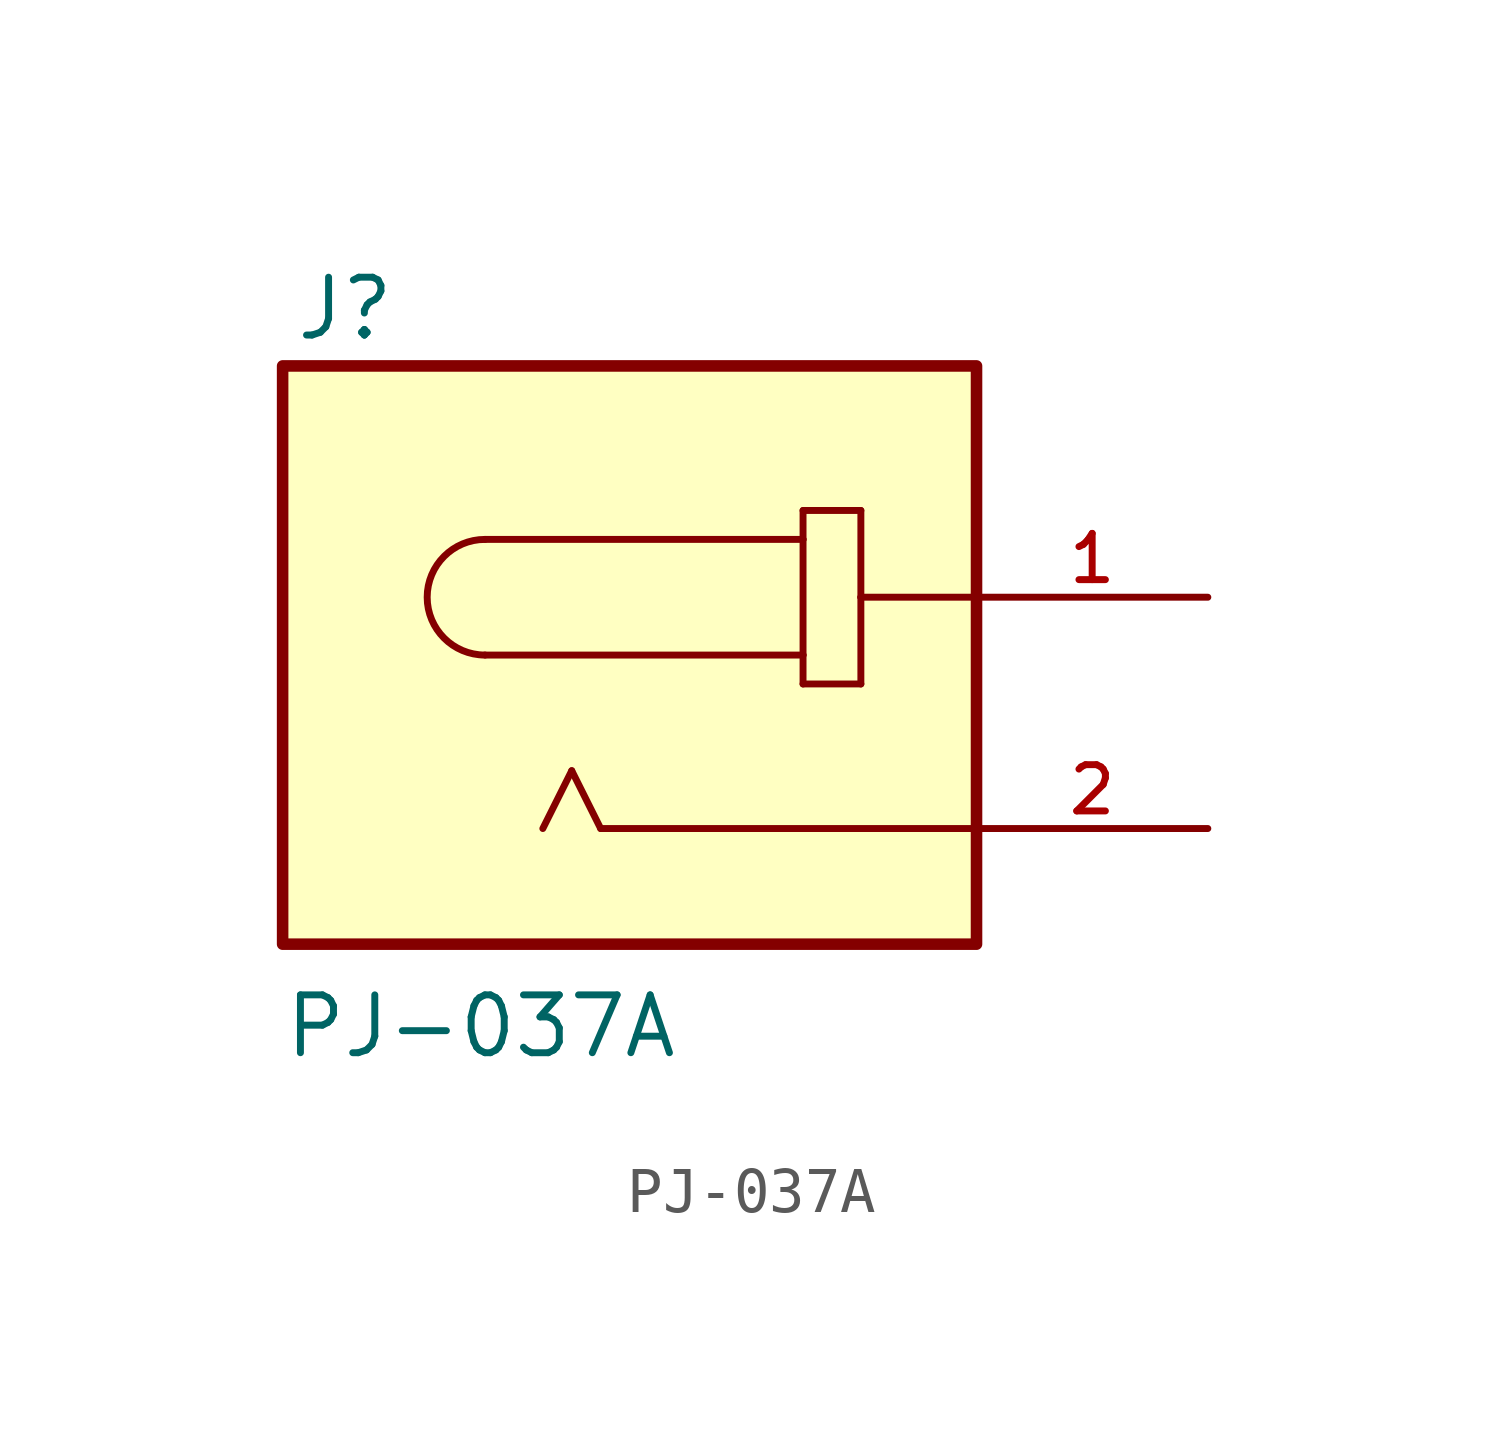
<source format=kicad_sym>
(kicad_symbol_lib
  (version 20211014)
  (generator kicad_symbol_editor)
  (symbol "PJ-037A"
    (pin_names
      (offset 1.016))
    (property "Reference" "J"
      (at -12.456 8.135 0)
      (effects (font (size 1.27 1.27)) (justify bottom left)))
    (property "Value" "PJ-037A"
      (at -12.711 -7.627 0)
      (effects (font (size 1.27 1.27)) (justify bottom left)))
    (symbol "PJ-037A_0_0"
      (arc (start -8.255 3.81) (mid -9.525 2.54) (end -8.255 1.27) (stroke (width 0.1524) (type default) (color 0 0 0 0)) (fill (type none)))
      (polyline (pts (xy -8.255 3.81) (xy -1.27 3.81)) (stroke (width 0.152)))
      (polyline (pts (xy -1.27 3.81) (xy -1.27 1.27)) (stroke (width 0.152)))
      (polyline (pts (xy -1.27 1.27) (xy -8.255 1.27)) (stroke (width 0.152)))
      (polyline (pts (xy -1.27 1.27) (xy -1.27 0.635)) (stroke (width 0.152)))
      (polyline (pts (xy -1.27 0.635) (xy 0.0 0.635)) (stroke (width 0.152)))
      (polyline (pts (xy 0.0 0.635) (xy 0.0 2.54)) (stroke (width 0.152)))
      (polyline (pts (xy 0.0 2.54) (xy 0.0 4.445)) (stroke (width 0.152)))
      (polyline (pts (xy 0.0 4.445) (xy -1.27 4.445)) (stroke (width 0.152)))
      (polyline (pts (xy -1.27 4.445) (xy -1.27 3.81)) (stroke (width 0.152)))
      (polyline (pts (xy 2.54 -2.54) (xy -5.715 -2.54)) (stroke (width 0.152)))
      (polyline (pts (xy -5.715 -2.54) (xy -6.35 -1.27)) (stroke (width 0.152)))
      (polyline (pts (xy -6.35 -1.27) (xy -6.985 -2.54)) (stroke (width 0.152)))
      (polyline (pts (xy 2.54 2.54) (xy 0.0 2.54)) (stroke (width 0.152)))
      (rectangle (start -12.7 -5.08) (end 2.54 7.62) (stroke (width 0.254)) (fill (type background)))
      (pin passive line (at 7.62 2.54 180.0) (length 5.08) (name "~" (effects (font (size 1.016 1.016)))) (number "1" (effects (font (size 1.016 1.016)))))
      (pin passive line (at 7.62 -2.54 180.0) (length 5.08) (name "~" (effects (font (size 1.016 1.016)))) (number "2" (effects (font (size 1.016 1.016))))))))
</source>
